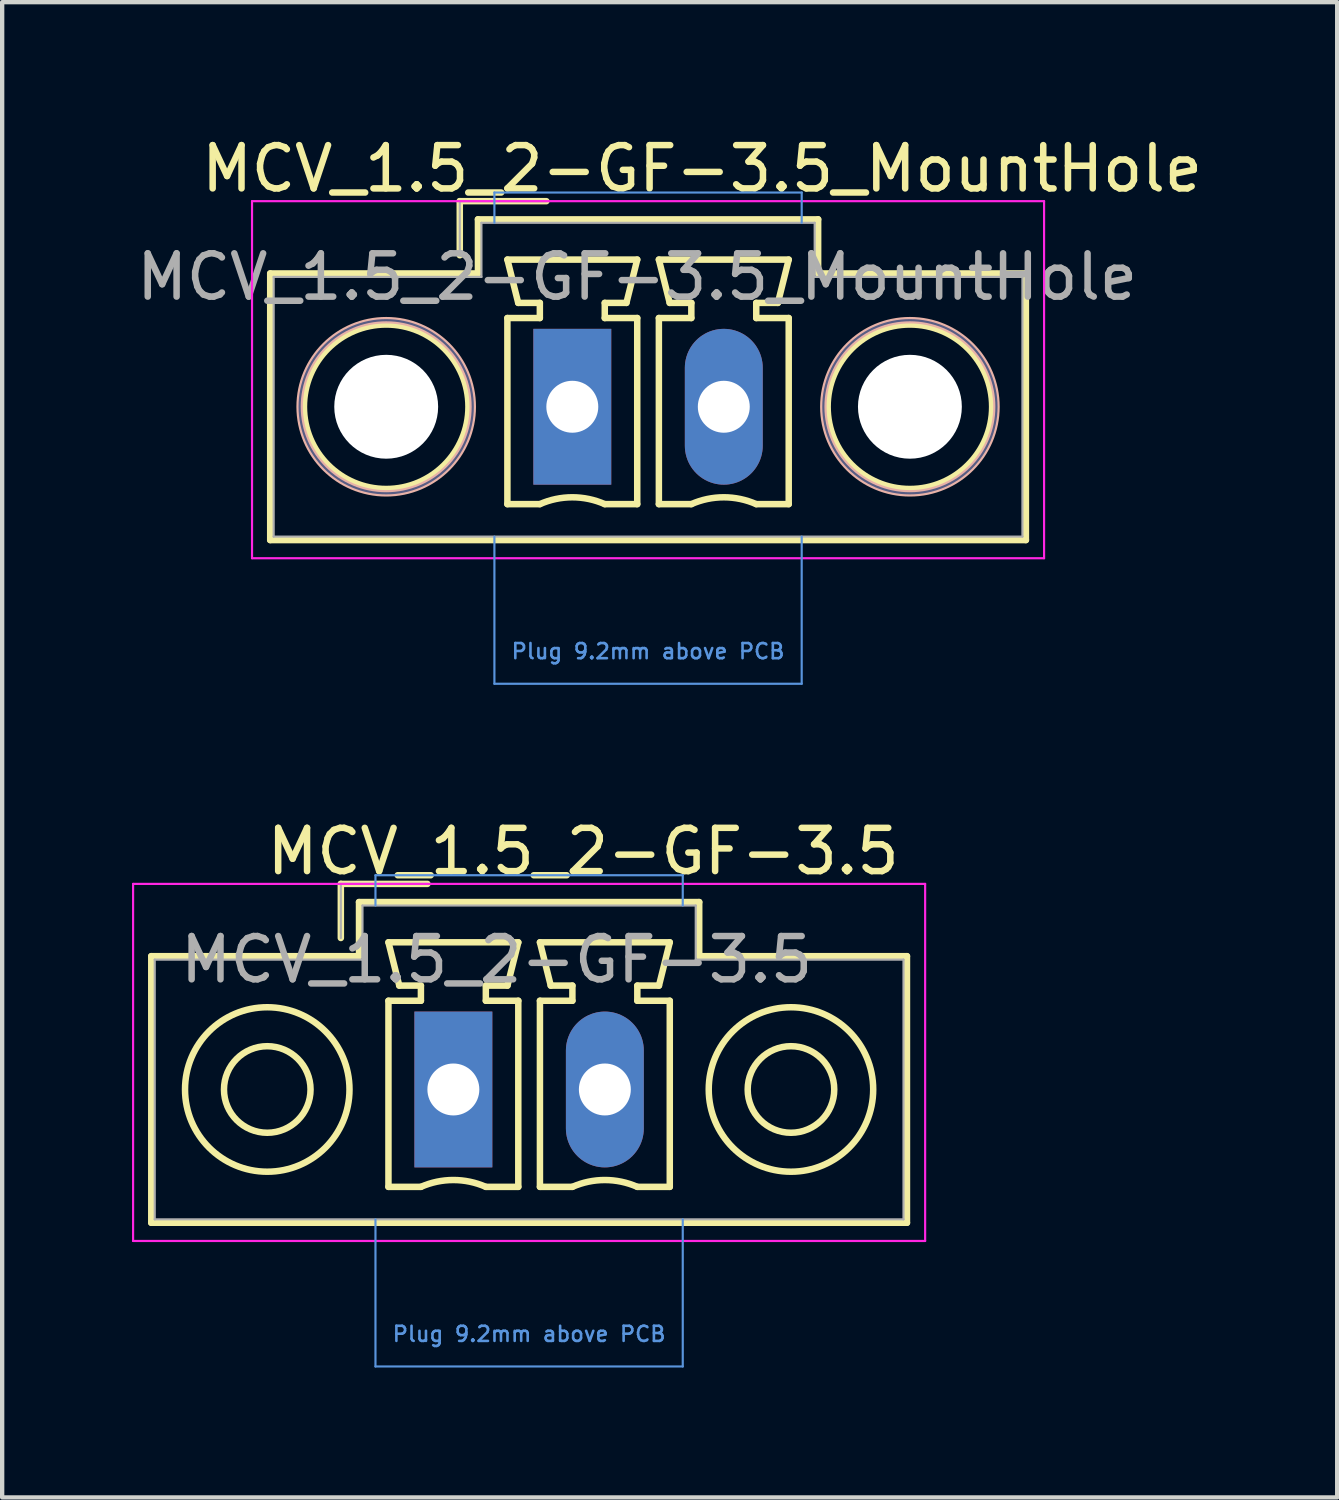
<source format=kicad_pcb>
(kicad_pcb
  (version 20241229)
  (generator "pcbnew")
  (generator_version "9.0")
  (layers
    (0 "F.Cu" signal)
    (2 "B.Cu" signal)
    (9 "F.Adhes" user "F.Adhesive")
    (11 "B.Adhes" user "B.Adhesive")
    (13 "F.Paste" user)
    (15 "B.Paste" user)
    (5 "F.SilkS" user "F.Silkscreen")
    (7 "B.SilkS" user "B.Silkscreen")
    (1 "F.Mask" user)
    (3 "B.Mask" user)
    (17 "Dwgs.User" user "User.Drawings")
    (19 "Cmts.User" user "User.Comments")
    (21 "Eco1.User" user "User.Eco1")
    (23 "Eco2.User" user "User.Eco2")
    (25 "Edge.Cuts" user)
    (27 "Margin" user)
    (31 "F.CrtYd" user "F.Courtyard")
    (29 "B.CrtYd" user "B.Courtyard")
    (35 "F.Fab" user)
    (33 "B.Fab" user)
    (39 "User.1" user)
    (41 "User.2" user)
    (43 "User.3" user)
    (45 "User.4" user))
  (footprint "MCV_1.5_2-GF-3.5"
    (layer "F.Cu")
    (at 7.425 22.122)
    (property "Reference" "MCV_1.5_2-GF-3.5" (at 1 -3 180) (layer "F.Fab") (effects (font (size 1 1) (thickness 0.15))))
    (attr through_hole)
    (fp_line (start -6.98 -3.08) (end -6.98 3.08) (stroke (width 0.15) (type solid)) (layer "F.SilkS"))
    (fp_line (start -6.98 3.08) (end 10.48 3.08) (stroke (width 0.15) (type solid)) (layer "F.SilkS"))
    (fp_line (start -2.6 -4.75) (end -2.6 -3.5) (stroke (width 0.15) (type solid)) (layer "F.SilkS"))
    (fp_line (start -2.18 -4.33) (end -2.18 -3.08) (stroke (width 0.15) (type solid)) (layer "F.SilkS"))
    (fp_line (start -2.18 -3.08) (end -6.98 -3.08) (stroke (width 0.15) (type solid)) (layer "F.SilkS"))
    (fp_line (start -1.5 -3.4) (end 1.5 -3.4) (stroke (width 0.15) (type solid)) (layer "F.SilkS"))
    (fp_line (start -1.5 -2.05) (end -0.75 -2.05) (stroke (width 0.15) (type solid)) (layer "F.SilkS"))
    (fp_line (start -1.5 2.25) (end -1.5 -2.05) (stroke (width 0.15) (type solid)) (layer "F.SilkS"))
    (fp_line (start -1.25 -2.4) (end -1.5 -3.4) (stroke (width 0.15) (type solid)) (layer "F.SilkS"))
    (fp_line (start -0.75 -2.4) (end -1.25 -2.4) (stroke (width 0.15) (type solid)) (layer "F.SilkS"))
    (fp_line (start -0.75 -2.05) (end -0.75 -2.4) (stroke (width 0.15) (type solid)) (layer "F.SilkS"))
    (fp_line (start -0.75 2.25) (end -1.5 2.25) (stroke (width 0.15) (type solid)) (layer "F.SilkS"))
    (fp_line (start -0.6 -4.75) (end -2.6 -4.75) (stroke (width 0.15) (type solid)) (layer "F.SilkS"))
    (fp_line (start 0.75 -2.4) (end 0.75 -2.05) (stroke (width 0.15) (type solid)) (layer "F.SilkS"))
    (fp_line (start 0.75 -2.05) (end 1.5 -2.05) (stroke (width 0.15) (type solid)) (layer "F.SilkS"))
    (fp_line (start 1.25 -2.4) (end 0.75 -2.4) (stroke (width 0.15) (type solid)) (layer "F.SilkS"))
    (fp_line (start 1.5 -3.4) (end 1.25 -2.4) (stroke (width 0.15) (type solid)) (layer "F.SilkS"))
    (fp_line (start 1.5 -2.05) (end 1.5 2.25) (stroke (width 0.15) (type solid)) (layer "F.SilkS"))
    (fp_line (start 1.5 2.25) (end 0.75 2.25) (stroke (width 0.15) (type solid)) (layer "F.SilkS"))
    (fp_line (start 2 -3.4) (end 5 -3.4) (stroke (width 0.15) (type solid)) (layer "F.SilkS"))
    (fp_line (start 2 -2.05) (end 2.75 -2.05) (stroke (width 0.15) (type solid)) (layer "F.SilkS"))
    (fp_line (start 2 2.25) (end 2 -2.05) (stroke (width 0.15) (type solid)) (layer "F.SilkS"))
    (fp_line (start 2.25 -2.4) (end 2 -3.4) (stroke (width 0.15) (type solid)) (layer "F.SilkS"))
    (fp_line (start 2.75 -2.4) (end 2.25 -2.4) (stroke (width 0.15) (type solid)) (layer "F.SilkS"))
    (fp_line (start 2.75 -2.05) (end 2.75 -2.4) (stroke (width 0.15) (type solid)) (layer "F.SilkS"))
    (fp_line (start 2.75 2.25) (end 2 2.25) (stroke (width 0.15) (type solid)) (layer "F.SilkS"))
    (fp_line (start 4.25 -2.4) (end 4.25 -2.05) (stroke (width 0.15) (type solid)) (layer "F.SilkS"))
    (fp_line (start 4.25 -2.05) (end 5 -2.05) (stroke (width 0.15) (type solid)) (layer "F.SilkS"))
    (fp_line (start 4.75 -2.4) (end 4.25 -2.4) (stroke (width 0.15) (type solid)) (layer "F.SilkS"))
    (fp_line (start 5 -3.4) (end 4.75 -2.4) (stroke (width 0.15) (type solid)) (layer "F.SilkS"))
    (fp_line (start 5 -2.05) (end 5 2.25) (stroke (width 0.15) (type solid)) (layer "F.SilkS"))
    (fp_line (start 5 2.25) (end 4.25 2.25) (stroke (width 0.15) (type solid)) (layer "F.SilkS"))
    (fp_line (start 5.68 -4.33) (end -2.18 -4.33) (stroke (width 0.15) (type solid)) (layer "F.SilkS"))
    (fp_line (start 5.68 -3.08) (end 5.68 -4.33) (stroke (width 0.15) (type solid)) (layer "F.SilkS"))
    (fp_line (start 10.48 -3.08) (end 5.68 -3.08) (stroke (width 0.15) (type solid)) (layer "F.SilkS"))
    (fp_line (start 10.48 3.08) (end 10.48 -3.08) (stroke (width 0.15) (type solid)) (layer "F.SilkS"))
    (fp_arc (start -0.75 2.25) (mid -0.000193 2.09191) (end 0.749647 2.249844) (stroke (width 0.15) (type solid)) (layer "F.SilkS"))
    (fp_arc (start 2.75 2.25) (mid 3.499807 2.09191) (end 4.249647 2.249844) (stroke (width 0.15) (type solid)) (layer "F.SilkS"))
    (fp_circle (center -4.3 0) (end -3.3 0) (stroke (width 0.15) (type solid)) (fill no) (layer "F.SilkS"))
    (fp_circle (center -4.3 0) (end -2.4 0) (stroke (width 0.15) (type solid)) (fill no) (layer "F.SilkS"))
    (fp_circle (center 7.8 0) (end 8.8 0) (stroke (width 0.15) (type solid)) (fill no) (layer "F.SilkS"))
    (fp_circle (center 7.8 0) (end 9.7 0) (stroke (width 0.15) (type solid)) (fill no) (layer "F.SilkS"))
    (fp_line (start -1.8 -4.95) (end -1.8 -4.25) (stroke (width 0.05) (type solid)) (layer "Cmts.User"))
    (fp_line (start -1.8 3) (end -1.8 6.4) (stroke (width 0.05) (type solid)) (layer "Cmts.User"))
    (fp_line (start -1.8 6.4) (end 5.3 6.4) (stroke (width 0.05) (type solid)) (layer "Cmts.User"))
    (fp_line (start 5.3 -4.95) (end -1.8 -4.95) (stroke (width 0.05) (type solid)) (layer "Cmts.User"))
    (fp_line (start 5.3 -4.25) (end 5.3 -4.95) (stroke (width 0.05) (type solid)) (layer "Cmts.User"))
    (fp_line (start 5.3 6.4) (end 5.3 3) (stroke (width 0.05) (type solid)) (layer "Cmts.User"))
    (fp_line (start -7.4 -4.75) (end -7.4 3.5) (stroke (width 0.05) (type solid)) (layer "F.CrtYd"))
    (fp_line (start -7.4 3.5) (end 10.9 3.5) (stroke (width 0.05) (type solid)) (layer "F.CrtYd"))
    (fp_line (start 10.9 -4.75) (end -7.4 -4.75) (stroke (width 0.05) (type solid)) (layer "F.CrtYd"))
    (fp_line (start 10.9 3.5) (end 10.9 -4.75) (stroke (width 0.05) (type solid)) (layer "F.CrtYd"))
    (fp_line (start -6.9 -3) (end -6.9 3) (stroke (width 0.05) (type solid)) (layer "F.Fab"))
    (fp_line (start -6.9 3) (end 10.4 3) (stroke (width 0.05) (type solid)) (layer "F.Fab"))
    (fp_line (start -2.6 -4.75) (end -0.6 -4.75) (stroke (width 0.05) (type solid)) (layer "F.Fab"))
    (fp_line (start -2.6 -3.5) (end -2.6 -4.75) (stroke (width 0.05) (type solid)) (layer "F.Fab"))
    (fp_line (start -2.1 -4.25) (end -2.1 -3) (stroke (width 0.05) (type solid)) (layer "F.Fab"))
    (fp_line (start -2.1 -3) (end -6.9 -3) (stroke (width 0.05) (type solid)) (layer "F.Fab"))
    (fp_line (start 5.6 -4.25) (end -2.1 -4.25) (stroke (width 0.05) (type solid)) (layer "F.Fab"))
    (fp_line (start 5.6 -3) (end 5.6 -4.25) (stroke (width 0.05) (type solid)) (layer "F.Fab"))
    (fp_line (start 10.4 -3) (end 5.6 -3) (stroke (width 0.05) (type solid)) (layer "F.Fab"))
    (fp_line (start 10.4 3) (end 10.4 -3) (stroke (width 0.05) (type solid)) (layer "F.Fab"))
    (fp_text user "${REFERENCE}" (at 3 -5.5 180) (layer "F.SilkS") (effects (font (size 1 1) (thickness 0.15))))
    (fp_text user "Plug 9.2mm above PCB" (at 1.75 5.65 0) (layer "Cmts.User") (effects (font (size 0.35 0.35) (thickness 0.06))))
    (pad "1" thru_hole rect (at 0 0) (size 1.8 3.6) (drill 1.2) (layers "*.Cu" "*.Mask"))
    (pad "2" thru_hole oval (at 3.5 0) (size 1.8 3.6) (drill 1.2) (layers "*.Cu" "*.Mask")))
  (footprint "MCV_1.5_2-GF-3.5_MountHole"
    (layer "F.Cu")
    (at 10.173 6.348)
    (property "Reference" "MCV_1.5_2-GF-3.5_MountHole" (at 1.5 -3 180) (layer "F.Fab") (effects (font (size 1 1) (thickness 0.15))))
    (attr through_hole)
    (fp_line (start -6.98 -3.08) (end -6.98 3.08) (stroke (width 0.15) (type solid)) (layer "F.SilkS"))
    (fp_line (start -6.98 3.08) (end 10.48 3.08) (stroke (width 0.15) (type solid)) (layer "F.SilkS"))
    (fp_line (start -2.6 -4.75) (end -2.6 -3.5) (stroke (width 0.15) (type solid)) (layer "F.SilkS"))
    (fp_line (start -2.18 -4.33) (end -2.18 -3.08) (stroke (width 0.15) (type solid)) (layer "F.SilkS"))
    (fp_line (start -2.18 -3.08) (end -6.98 -3.08) (stroke (width 0.15) (type solid)) (layer "F.SilkS"))
    (fp_line (start -1.5 -3.4) (end 1.5 -3.4) (stroke (width 0.15) (type solid)) (layer "F.SilkS"))
    (fp_line (start -1.5 -2.05) (end -0.75 -2.05) (stroke (width 0.15) (type solid)) (layer "F.SilkS"))
    (fp_line (start -1.5 2.25) (end -1.5 -2.05) (stroke (width 0.15) (type solid)) (layer "F.SilkS"))
    (fp_line (start -1.25 -2.4) (end -1.5 -3.4) (stroke (width 0.15) (type solid)) (layer "F.SilkS"))
    (fp_line (start -0.75 -2.4) (end -1.25 -2.4) (stroke (width 0.15) (type solid)) (layer "F.SilkS"))
    (fp_line (start -0.75 -2.05) (end -0.75 -2.4) (stroke (width 0.15) (type solid)) (layer "F.SilkS"))
    (fp_line (start -0.75 2.25) (end -1.5 2.25) (stroke (width 0.15) (type solid)) (layer "F.SilkS"))
    (fp_line (start -0.6 -4.75) (end -2.6 -4.75) (stroke (width 0.15) (type solid)) (layer "F.SilkS"))
    (fp_line (start 0.75 -2.4) (end 0.75 -2.05) (stroke (width 0.15) (type solid)) (layer "F.SilkS"))
    (fp_line (start 0.75 -2.05) (end 1.5 -2.05) (stroke (width 0.15) (type solid)) (layer "F.SilkS"))
    (fp_line (start 1.25 -2.4) (end 0.75 -2.4) (stroke (width 0.15) (type solid)) (layer "F.SilkS"))
    (fp_line (start 1.5 -3.4) (end 1.25 -2.4) (stroke (width 0.15) (type solid)) (layer "F.SilkS"))
    (fp_line (start 1.5 -2.05) (end 1.5 2.25) (stroke (width 0.15) (type solid)) (layer "F.SilkS"))
    (fp_line (start 1.5 2.25) (end 0.75 2.25) (stroke (width 0.15) (type solid)) (layer "F.SilkS"))
    (fp_line (start 2 -3.4) (end 5 -3.4) (stroke (width 0.15) (type solid)) (layer "F.SilkS"))
    (fp_line (start 2 -2.05) (end 2.75 -2.05) (stroke (width 0.15) (type solid)) (layer "F.SilkS"))
    (fp_line (start 2 2.25) (end 2 -2.05) (stroke (width 0.15) (type solid)) (layer "F.SilkS"))
    (fp_line (start 2.25 -2.4) (end 2 -3.4) (stroke (width 0.15) (type solid)) (layer "F.SilkS"))
    (fp_line (start 2.75 -2.4) (end 2.25 -2.4) (stroke (width 0.15) (type solid)) (layer "F.SilkS"))
    (fp_line (start 2.75 -2.05) (end 2.75 -2.4) (stroke (width 0.15) (type solid)) (layer "F.SilkS"))
    (fp_line (start 2.75 2.25) (end 2 2.25) (stroke (width 0.15) (type solid)) (layer "F.SilkS"))
    (fp_line (start 4.25 -2.4) (end 4.25 -2.05) (stroke (width 0.15) (type solid)) (layer "F.SilkS"))
    (fp_line (start 4.25 -2.05) (end 5 -2.05) (stroke (width 0.15) (type solid)) (layer "F.SilkS"))
    (fp_line (start 4.75 -2.4) (end 4.25 -2.4) (stroke (width 0.15) (type solid)) (layer "F.SilkS"))
    (fp_line (start 5 -3.4) (end 4.75 -2.4) (stroke (width 0.15) (type solid)) (layer "F.SilkS"))
    (fp_line (start 5 -2.05) (end 5 2.25) (stroke (width 0.15) (type solid)) (layer "F.SilkS"))
    (fp_line (start 5 2.25) (end 4.25 2.25) (stroke (width 0.15) (type solid)) (layer "F.SilkS"))
    (fp_line (start 5.68 -4.33) (end -2.18 -4.33) (stroke (width 0.15) (type solid)) (layer "F.SilkS"))
    (fp_line (start 5.68 -3.08) (end 5.68 -4.33) (stroke (width 0.15) (type solid)) (layer "F.SilkS"))
    (fp_line (start 10.48 -3.08) (end 5.68 -3.08) (stroke (width 0.15) (type solid)) (layer "F.SilkS"))
    (fp_line (start 10.48 3.08) (end 10.48 -3.08) (stroke (width 0.15) (type solid)) (layer "F.SilkS"))
    (fp_arc (start -0.75 2.25) (mid -0.000193 2.09191) (end 0.749647 2.249844) (stroke (width 0.15) (type solid)) (layer "F.SilkS"))
    (fp_arc (start 2.75 2.25) (mid 3.499807 2.09191) (end 4.249647 2.249844) (stroke (width 0.15) (type solid)) (layer "F.SilkS"))
    (fp_circle (center -4.3 0) (end -2.4 0) (stroke (width 0.15) (type solid)) (fill no) (layer "F.SilkS"))
    (fp_circle (center 7.8 0) (end 9.7 0) (stroke (width 0.15) (type solid)) (fill no) (layer "F.SilkS"))
    (fp_circle (center -4.3 0) (end -2.3 0) (stroke (width 0.15) (type solid)) (fill no) (layer "B.SilkS"))
    (fp_circle (center 7.8 0) (end 9.8 0) (stroke (width 0.15) (type solid)) (fill no) (layer "B.SilkS"))
    (fp_line (start -1.8 -4.95) (end -1.8 -4.25) (stroke (width 0.05) (type solid)) (layer "Cmts.User"))
    (fp_line (start -1.8 3) (end -1.8 6.4) (stroke (width 0.05) (type solid)) (layer "Cmts.User"))
    (fp_line (start -1.8 6.4) (end 5.3 6.4) (stroke (width 0.05) (type solid)) (layer "Cmts.User"))
    (fp_line (start 5.3 -4.95) (end -1.8 -4.95) (stroke (width 0.05) (type solid)) (layer "Cmts.User"))
    (fp_line (start 5.3 -4.25) (end 5.3 -4.95) (stroke (width 0.05) (type solid)) (layer "Cmts.User"))
    (fp_line (start 5.3 6.4) (end 5.3 3) (stroke (width 0.05) (type solid)) (layer "Cmts.User"))
    (fp_line (start -7.4 -4.75) (end -7.4 3.5) (stroke (width 0.05) (type solid)) (layer "F.CrtYd"))
    (fp_line (start -7.4 3.5) (end 10.9 3.5) (stroke (width 0.05) (type solid)) (layer "F.CrtYd"))
    (fp_line (start 10.9 -4.75) (end -7.4 -4.75) (stroke (width 0.05) (type solid)) (layer "F.CrtYd"))
    (fp_line (start 10.9 3.5) (end 10.9 -4.75) (stroke (width 0.05) (type solid)) (layer "F.CrtYd"))
    (fp_circle (center -4.3 0) (end -2.3 0) (stroke (width 0.05) (type solid)) (fill no) (layer "B.Fab"))
    (fp_circle (center 7.8 0) (end 9.8 0) (stroke (width 0.05) (type solid)) (fill no) (layer "B.Fab"))
    (fp_line (start -6.9 -3) (end -6.9 3) (stroke (width 0.05) (type solid)) (layer "F.Fab"))
    (fp_line (start -6.9 3) (end 10.4 3) (stroke (width 0.05) (type solid)) (layer "F.Fab"))
    (fp_line (start -2.6 -4.75) (end -2.6 -3.5) (stroke (width 0.05) (type solid)) (layer "F.Fab"))
    (fp_line (start -2.1 -4.25) (end -2.1 -3) (stroke (width 0.05) (type solid)) (layer "F.Fab"))
    (fp_line (start -2.1 -3) (end -6.9 -3) (stroke (width 0.05) (type solid)) (layer "F.Fab"))
    (fp_line (start -0.6 -4.75) (end -2.6 -4.75) (stroke (width 0.05) (type solid)) (layer "F.Fab"))
    (fp_line (start 5.6 -4.25) (end -2.1 -4.25) (stroke (width 0.05) (type solid)) (layer "F.Fab"))
    (fp_line (start 5.6 -3) (end 5.6 -4.25) (stroke (width 0.05) (type solid)) (layer "F.Fab"))
    (fp_line (start 10.4 -3) (end 5.6 -3) (stroke (width 0.05) (type solid)) (layer "F.Fab"))
    (fp_line (start 10.4 3) (end 10.4 -3) (stroke (width 0.05) (type solid)) (layer "F.Fab"))
    (fp_text user "${REFERENCE}" (at 3 -5.5 180) (layer "F.SilkS") (effects (font (size 1 1) (thickness 0.15))))
    (fp_text user "Plug 9.2mm above PCB" (at 1.75 5.65 0) (layer "Cmts.User") (effects (font (size 0.35 0.35) (thickness 0.06))))
    (pad "" np_thru_hole circle (at -4.3 0) (size 2.4 2.4) (drill 2.4) (layers "*.Cu" "*.Mask"))
    (pad "" np_thru_hole circle (at 7.8 0) (size 2.4 2.4) (drill 2.4) (layers "*.Cu" "*.Mask"))
    (pad "1" thru_hole rect (at 0 0) (size 1.8 3.6) (drill 1.2) (layers "*.Cu" "*.Mask"))
    (pad "2" thru_hole oval (at 3.5 0) (size 1.8 3.6) (drill 1.2) (layers "*.Cu" "*.Mask")))
  (gr_rect
    (start -3 -3)
    (end 27.845 31.547)
    (stroke (width 0.1) (type default))
    (fill no)
    (layer "Edge.Cuts")))
</source>
